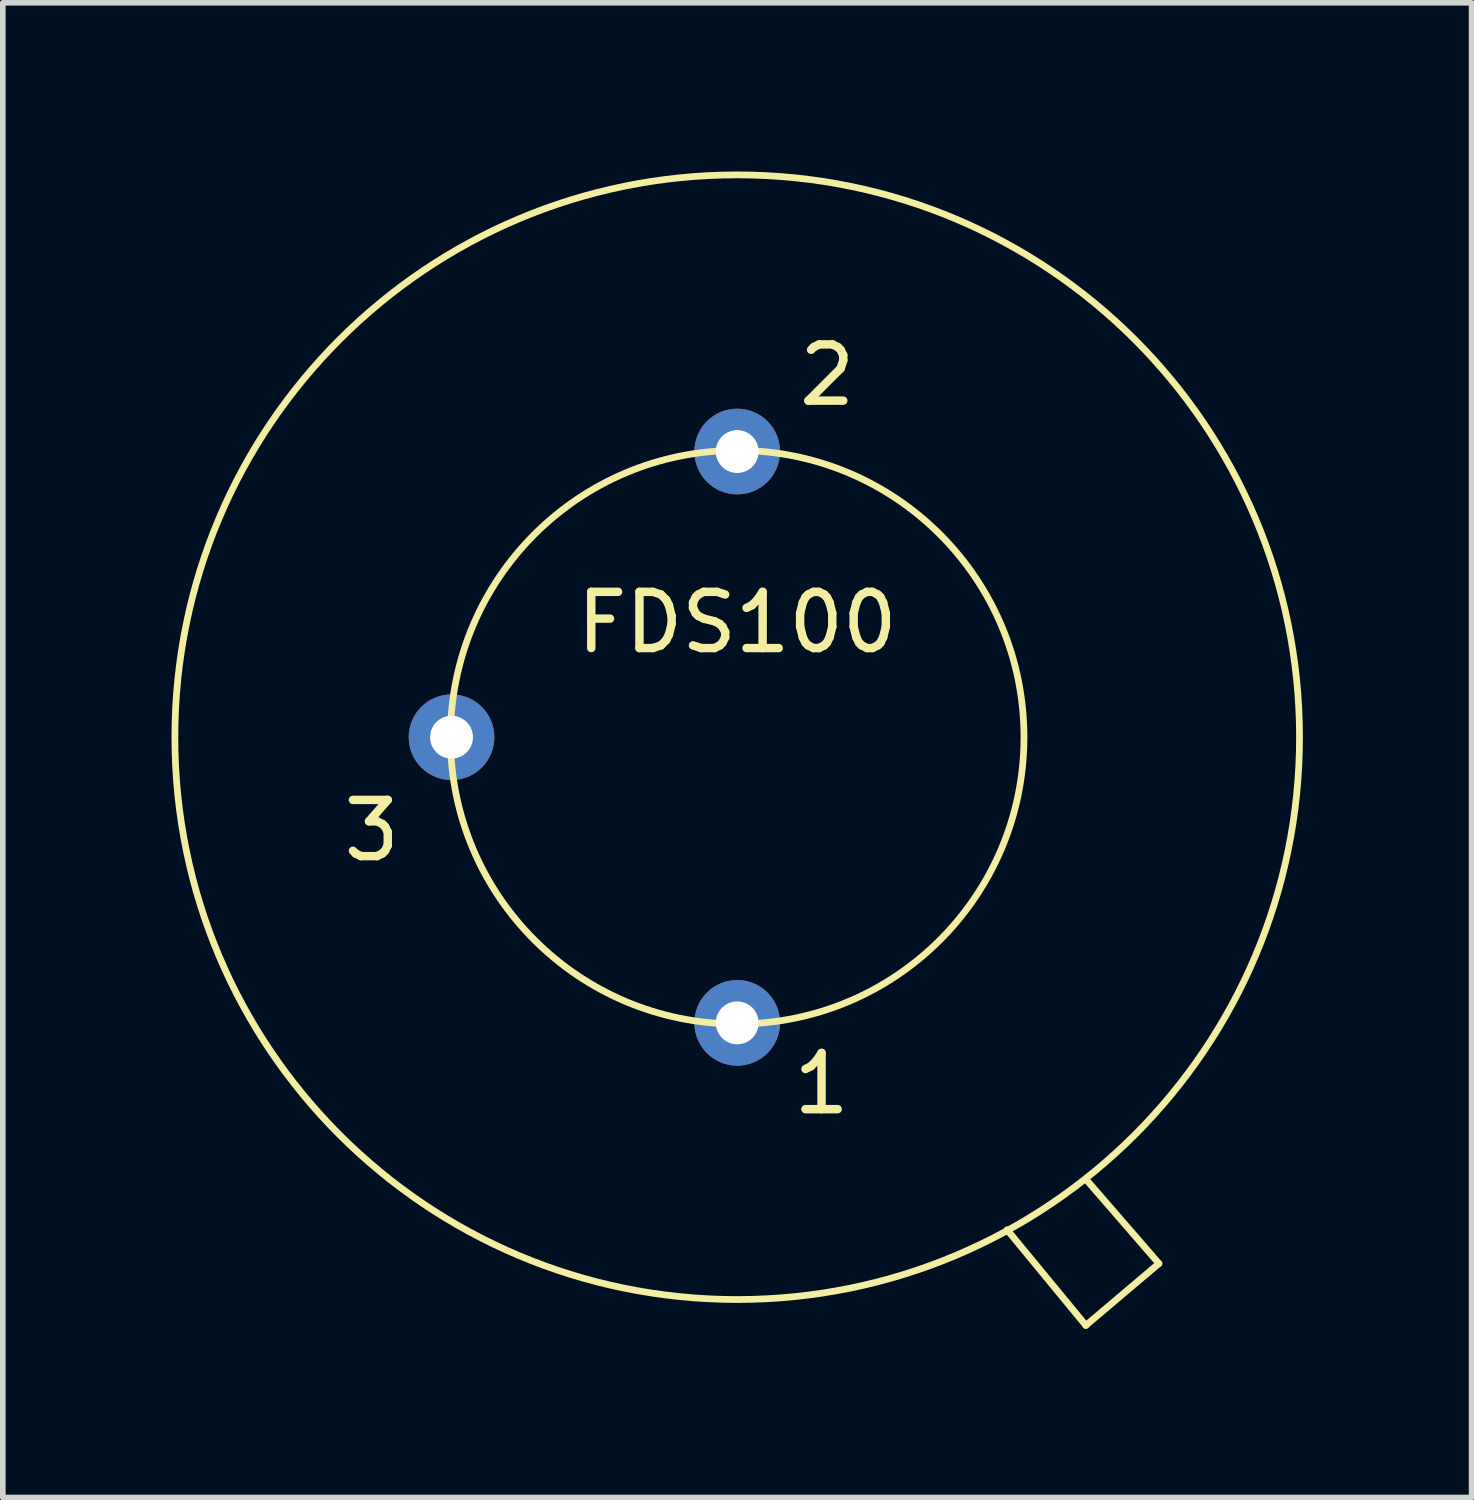
<source format=kicad_pcb>
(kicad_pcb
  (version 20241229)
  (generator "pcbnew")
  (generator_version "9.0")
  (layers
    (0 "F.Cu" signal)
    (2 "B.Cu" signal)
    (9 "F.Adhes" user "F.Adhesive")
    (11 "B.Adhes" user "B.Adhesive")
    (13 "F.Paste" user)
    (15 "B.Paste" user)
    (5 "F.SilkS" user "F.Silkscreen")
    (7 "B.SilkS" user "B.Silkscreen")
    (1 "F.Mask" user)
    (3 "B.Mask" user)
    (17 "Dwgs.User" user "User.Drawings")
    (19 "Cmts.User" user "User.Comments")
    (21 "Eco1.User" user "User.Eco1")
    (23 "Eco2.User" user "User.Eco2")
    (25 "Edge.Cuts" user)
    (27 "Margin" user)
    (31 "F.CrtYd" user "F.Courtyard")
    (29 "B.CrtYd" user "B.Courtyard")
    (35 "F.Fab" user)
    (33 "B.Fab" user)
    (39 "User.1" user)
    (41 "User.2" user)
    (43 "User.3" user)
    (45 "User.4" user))
  (footprint "FDS100"
    (layer "F.Cu")
    (at 10.06 7.52)
    (property "Reference" "FDS100" (at 0 0.5 0) (layer "F.SilkS") (effects (font (size 1 1) (thickness 0.15))))
    (attr through_hole)
    (fp_line (start 4.8 11.3) (end 6.2 13) (stroke (width 0.12) (type solid)) (layer "F.SilkS"))
    (fp_line (start 6.2 13) (end 7.5 11.9) (stroke (width 0.12) (type solid)) (layer "F.SilkS"))
    (fp_line (start 7.5 11.9) (end 6.2 10.4) (stroke (width 0.12) (type solid)) (layer "F.SilkS"))
    (fp_circle (center 0 2.54) (end 5.1 2.54) (stroke (width 0.12) (type solid)) (fill no) (layer "F.SilkS"))
    (fp_circle (center 0 2.54) (end 10 2.54) (stroke (width 0.12) (type solid)) (fill no) (layer "F.SilkS"))
    (fp_text user "3" (at -6.5 4.2 0) (layer "F.SilkS") (effects (font (size 1 1) (thickness 0.15))))
    (fp_text user "1" (at 1.5 8.7 0) (layer "F.SilkS") (effects (font (size 1 1) (thickness 0.15))))
    (fp_text user "2" (at 1.6 -3.9 0) (layer "F.SilkS") (effects (font (size 1 1) (thickness 0.15))))
    (pad "1" thru_hole circle (at 0 7.62) (size 1.524 1.524) (drill 0.762) (layers "*.Cu" "*.Mask"))
    (pad "2" thru_hole circle (at -5.08 2.54) (size 1.524 1.524) (drill 0.762) (layers "*.Cu" "*.Mask"))
    (pad "3" thru_hole circle (at 0 -2.54) (size 1.524 1.524) (drill 0.762) (layers "*.Cu" "*.Mask")))
  (gr_rect
    (start -3 -3)
    (end 23.12 23.58)
    (stroke (width 0.1) (type default))
    (fill no)
    (layer "Edge.Cuts")))
</source>
